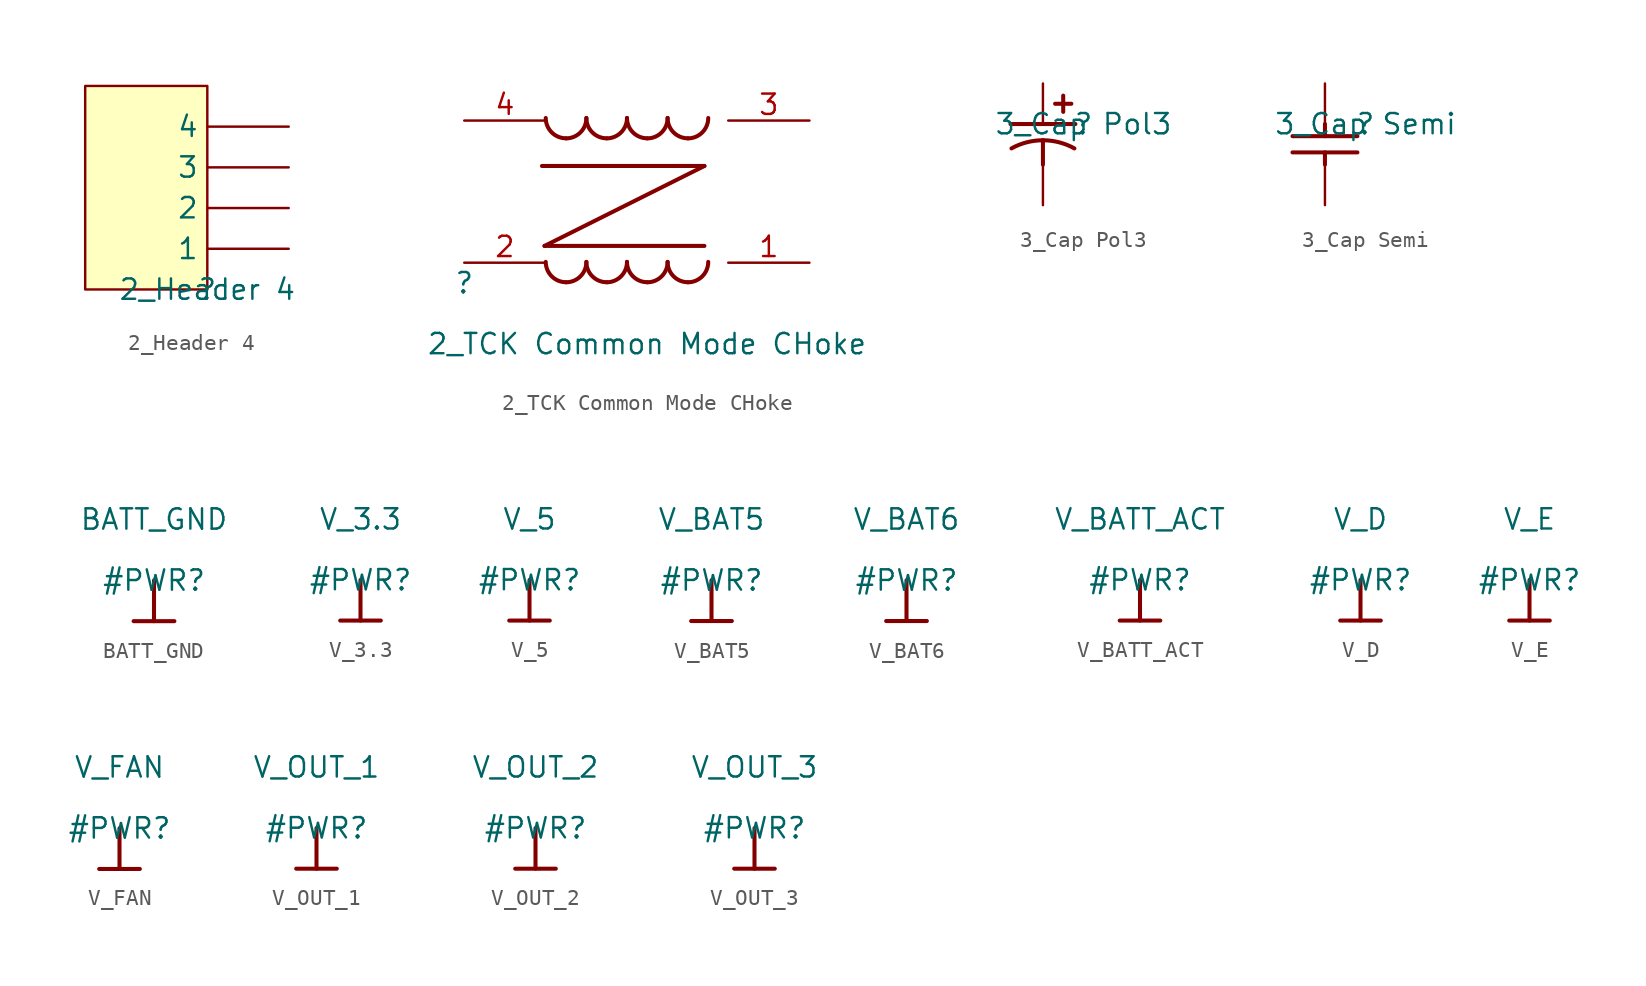
<source format=kicad_sym>
(kicad_symbol_lib
  (version 20211014)
  (generator kicad_symbol_editor)
  (symbol "2_Header 4"
    (property "Reference" ""
      (at 0 0 0)
      (effects (font (size 1.27 1.27))))
    (property "Value" "2_Header 4"
      (at 0 0 0)
      (effects (font (size 1.27 1.27))))
    (symbol "2_Header 4_1_0"
      (rectangle (start 0 12.7) (end -7.62 0) (stroke (width 0) (type default) (color 0 0 0 0)) (fill (type background)))
      (pin passive line (at 5.08 2.54 180) (length 5.08) (name "1" (effects (font (size 1.27 1.27)))) (number "1" (effects (font (size 0 0)))))
      (pin passive line (at 5.08 5.08 180) (length 5.08) (name "2" (effects (font (size 1.27 1.27)))) (number "2" (effects (font (size 0 0)))))
      (pin passive line (at 5.08 7.62 180) (length 5.08) (name "3" (effects (font (size 1.27 1.27)))) (number "3" (effects (font (size 0 0)))))
      (pin passive line (at 5.08 10.16 180) (length 5.08) (name "4" (effects (font (size 1.27 1.27)))) (number "4" (effects (font (size 0 0)))))))
  (symbol "2_TCK Common Mode CHoke"
    (property "Reference" ""
      (at 0 -1.27 0)
      (effects (font (size 1.27 1.27))))
    (property "Value" "2_TCK Common Mode CHoke"
      (at 11.43 -5.08 0)
      (effects (font (size 1.27 1.27))))
    (symbol "2_TCK Common Mode CHoke_1_0"
      (polyline (pts (xy 5.02 1.05) (xy 15.02 1.05)) (stroke (width 0.254) (type default) (color 0 0 0 0)) (fill (type none)))
      (polyline (pts (xy 15.02 6.05) (xy 4.86 6.05)) (stroke (width 0.254) (type default) (color 0 0 0 0)) (fill (type none)))
      (polyline (pts (xy 15.02 6.05) (xy 5.02 1.05)) (stroke (width 0.254) (type default) (color 0 0 0 0)) (fill (type none)))
      (arc (start 5.1 0.0499) (mid 5.472 -0.8481) (end 6.37 -1.2201) (stroke (width 0.254) (type default) (color 0 0 0 0)) (fill (type none)))
      (arc (start 5.1 9.05) (mid 5.472 8.152) (end 6.37 7.78) (stroke (width 0.254) (type default) (color 0 0 0 0)) (fill (type none)))
      (arc (start 6.37 -1.2201) (mid 7.268 -0.8481) (end 7.64 0.0499) (stroke (width 0.254) (type default) (color 0 0 0 0)) (fill (type none)))
      (arc (start 6.37 7.78) (mid 7.268 8.152) (end 7.64 9.05) (stroke (width 0.254) (type default) (color 0 0 0 0)) (fill (type none)))
      (arc (start 7.64 0.0499) (mid 8.012 -0.8481) (end 8.91 -1.2201) (stroke (width 0.254) (type default) (color 0 0 0 0)) (fill (type none)))
      (arc (start 7.64 9.05) (mid 8.012 8.152) (end 8.91 7.78) (stroke (width 0.254) (type default) (color 0 0 0 0)) (fill (type none)))
      (arc (start 8.91 -1.2201) (mid 9.808 -0.8481) (end 10.18 0.0499) (stroke (width 0.254) (type default) (color 0 0 0 0)) (fill (type none)))
      (arc (start 8.91 7.78) (mid 9.808 8.152) (end 10.18 9.05) (stroke (width 0.254) (type default) (color 0 0 0 0)) (fill (type none)))
      (arc (start 10.18 0.0499) (mid 10.552 -0.8481) (end 11.45 -1.2201) (stroke (width 0.254) (type default) (color 0 0 0 0)) (fill (type none)))
      (arc (start 10.18 9.05) (mid 10.552 8.152) (end 11.45 7.78) (stroke (width 0.254) (type default) (color 0 0 0 0)) (fill (type none)))
      (arc (start 11.45 -1.2201) (mid 12.348 -0.8481) (end 12.72 0.0499) (stroke (width 0.254) (type default) (color 0 0 0 0)) (fill (type none)))
      (arc (start 11.45 7.78) (mid 12.348 8.152) (end 12.72 9.05) (stroke (width 0.254) (type default) (color 0 0 0 0)) (fill (type none)))
      (arc (start 12.72 0.0499) (mid 13.092 -0.8481) (end 13.99 -1.2201) (stroke (width 0.254) (type default) (color 0 0 0 0)) (fill (type none)))
      (arc (start 12.72 9.05) (mid 13.092 8.152) (end 13.99 7.78) (stroke (width 0.254) (type default) (color 0 0 0 0)) (fill (type none)))
      (arc (start 13.99 -1.2201) (mid 14.888 -0.8481) (end 15.26 0.0499) (stroke (width 0.254) (type default) (color 0 0 0 0)) (fill (type none)))
      (arc (start 13.99 7.78) (mid 14.888 8.152) (end 15.26 9.05) (stroke (width 0.254) (type default) (color 0 0 0 0)) (fill (type none)))
      (pin passive line (at 21.59 0 180) (length 5.08) (name "1" (effects (font (size 0 0)))) (number "1" (effects (font (size 1.27 1.27)))))
      (pin passive line (at 0 0 0) (length 5.08) (name "2" (effects (font (size 0 0)))) (number "2" (effects (font (size 1.27 1.27)))))
      (pin passive line (at 21.59 8.89 180) (length 5.08) (name "1" (effects (font (size 0 0)))) (number "3" (effects (font (size 1.27 1.27)))))
      (pin passive line (at 0 8.89 0) (length 5.08) (name "2" (effects (font (size 0 0)))) (number "4" (effects (font (size 1.27 1.27)))))))
  (symbol "3_Cap Pol3"
    (property "Reference" ""
      (at 0 0 0)
      (effects (font (size 1.27 1.27))))
    (property "Value" "3_Cap Pol3"
      (at 0 0 0)
      (effects (font (size 1.27 1.27))))
    (symbol "3_Cap Pol3_1_0"
      (arc (start -2.54 -1.016) (mid -3.5576 -1.1454) (end -4.5103 -1.5255) (stroke (width 0.254) (type default) (color 0 0 0 0)) (fill (type none)))
      (arc (start -0.5697 -1.5255) (mid -1.5224 -1.1454) (end -2.54 -1.016) (stroke (width 0.254) (type default) (color 0 0 0 0)) (fill (type none)))
      (polyline (pts (xy -4.572 0) (xy -0.508 0)) (stroke (width 0.254) (type default) (color 0 0 0 0)) (fill (type none)))
      (polyline (pts (xy -2.54 -1.016) (xy -2.54 -2.54)) (stroke (width 0.254) (type default) (color 0 0 0 0)) (fill (type none)))
      (polyline (pts (xy -1.778 1.27) (xy -0.762 1.27)) (stroke (width 0.254) (type default) (color 0 0 0 0)) (fill (type none)))
      (polyline (pts (xy -1.27 0.762) (xy -1.27 1.778)) (stroke (width 0.254) (type default) (color 0 0 0 0)) (fill (type none)))
      (pin passive line (at -2.54 2.54 270) (length 2.54) (name "1" (effects (font (size 0 0)))) (number "1" (effects (font (size 0 0)))))
      (pin passive line (at -2.54 -5.08 90) (length 2.54) (name "2" (effects (font (size 0 0)))) (number "2" (effects (font (size 0 0)))))))
  (symbol "3_Cap Semi"
    (property "Reference" ""
      (at 0 0 0)
      (effects (font (size 1.27 1.27))))
    (property "Value" "3_Cap Semi"
      (at 0 0 0)
      (effects (font (size 1.27 1.27))))
    (symbol "3_Cap Semi_1_0"
      (polyline (pts (xy -4.572 -0.762) (xy -0.508 -0.762)) (stroke (width 0.254) (type default) (color 0 0 0 0)) (fill (type none)))
      (polyline (pts (xy -2.54 -2.54) (xy -2.54 -1.778)) (stroke (width 0.254) (type default) (color 0 0 0 0)) (fill (type none)))
      (polyline (pts (xy -2.54 0) (xy -2.54 -0.762)) (stroke (width 0.254) (type default) (color 0 0 0 0)) (fill (type none)))
      (polyline (pts (xy -0.508 -1.778) (xy -4.572 -1.778)) (stroke (width 0.254) (type default) (color 0 0 0 0)) (fill (type none)))
      (pin passive line (at -2.54 2.54 270) (length 2.54) (name "1" (effects (font (size 0 0)))) (number "1" (effects (font (size 0 0)))))
      (pin passive line (at -2.54 -5.08 90) (length 2.54) (name "2" (effects (font (size 0 0)))) (number "2" (effects (font (size 0 0)))))))
  (symbol "BATT_GND"
    (power)
    (property "Reference" "#PWR"
      (at 0 0 0)
      (effects (font (size 1.27 1.27))))
    (property "Value" "BATT_GND"
      (at 0 3.81 0)
      (effects (font (size 1.27 1.27))))
    (symbol "BATT_GND_0_0"
      (polyline (pts (xy -1.27 -2.54) (xy 1.27 -2.54)) (stroke (width 0.254) (type default) (color 0 0 0 0)) (fill (type none)))
      (polyline (pts (xy 0 0) (xy 0 -2.54)) (stroke (width 0.254) (type default) (color 0 0 0 0)) (fill (type none)))
      (pin power_in line (at 0 0 0) (length 0) hide (name "BATT_GND" (effects (font (size 1.27 1.27)))) (number "" (effects (font (size 1.27 1.27)))))))
  (symbol "V_3.3"
    (power)
    (property "Reference" "#PWR"
      (at 0 0 0)
      (effects (font (size 1.27 1.27))))
    (property "Value" "V_3.3"
      (at 0 3.81 0)
      (effects (font (size 1.27 1.27))))
    (symbol "V_3.3_0_0"
      (polyline (pts (xy -1.27 -2.54) (xy 1.27 -2.54)) (stroke (width 0.254) (type default) (color 0 0 0 0)) (fill (type none)))
      (polyline (pts (xy 0 0) (xy 0 -2.54)) (stroke (width 0.254) (type default) (color 0 0 0 0)) (fill (type none)))
      (pin power_in line (at 0 0 0) (length 0) hide (name "V_3.3" (effects (font (size 1.27 1.27)))) (number "" (effects (font (size 1.27 1.27)))))))
  (symbol "V_5"
    (power)
    (property "Reference" "#PWR"
      (at 0 0 0)
      (effects (font (size 1.27 1.27))))
    (property "Value" "V_5"
      (at 0 3.81 0)
      (effects (font (size 1.27 1.27))))
    (symbol "V_5_0_0"
      (polyline (pts (xy -1.27 -2.54) (xy 1.27 -2.54)) (stroke (width 0.254) (type default) (color 0 0 0 0)) (fill (type none)))
      (polyline (pts (xy 0 0) (xy 0 -2.54)) (stroke (width 0.254) (type default) (color 0 0 0 0)) (fill (type none)))
      (pin power_in line (at 0 0 0) (length 0) hide (name "V_5" (effects (font (size 1.27 1.27)))) (number "" (effects (font (size 1.27 1.27)))))))
  (symbol "V_BAT5"
    (power)
    (property "Reference" "#PWR"
      (at 0 0 0)
      (effects (font (size 1.27 1.27))))
    (property "Value" "V_BAT5"
      (at 0 3.81 0)
      (effects (font (size 1.27 1.27))))
    (symbol "V_BAT5_0_0"
      (polyline (pts (xy -1.27 -2.54) (xy 1.27 -2.54)) (stroke (width 0.254) (type default) (color 0 0 0 0)) (fill (type none)))
      (polyline (pts (xy 0 0) (xy 0 -2.54)) (stroke (width 0.254) (type default) (color 0 0 0 0)) (fill (type none)))
      (pin power_in line (at 0 0 0) (length 0) hide (name "V_BAT5" (effects (font (size 1.27 1.27)))) (number "" (effects (font (size 1.27 1.27)))))))
  (symbol "V_BAT6"
    (power)
    (property "Reference" "#PWR"
      (at 0 0 0)
      (effects (font (size 1.27 1.27))))
    (property "Value" "V_BAT6"
      (at 0 3.81 0)
      (effects (font (size 1.27 1.27))))
    (symbol "V_BAT6_0_0"
      (polyline (pts (xy -1.27 -2.54) (xy 1.27 -2.54)) (stroke (width 0.254) (type default) (color 0 0 0 0)) (fill (type none)))
      (polyline (pts (xy 0 0) (xy 0 -2.54)) (stroke (width 0.254) (type default) (color 0 0 0 0)) (fill (type none)))
      (pin power_in line (at 0 0 0) (length 0) hide (name "V_BAT6" (effects (font (size 1.27 1.27)))) (number "" (effects (font (size 1.27 1.27)))))))
  (symbol "V_BATT_ACT"
    (power)
    (property "Reference" "#PWR"
      (at 0 0 0)
      (effects (font (size 1.27 1.27))))
    (property "Value" "V_BATT_ACT"
      (at 0 3.81 0)
      (effects (font (size 1.27 1.27))))
    (symbol "V_BATT_ACT_0_0"
      (polyline (pts (xy -1.27 -2.54) (xy 1.27 -2.54)) (stroke (width 0.254) (type default) (color 0 0 0 0)) (fill (type none)))
      (polyline (pts (xy 0 0) (xy 0 -2.54)) (stroke (width 0.254) (type default) (color 0 0 0 0)) (fill (type none)))
      (pin power_in line (at 0 0 0) (length 0) hide (name "V_BATT_ACT" (effects (font (size 1.27 1.27)))) (number "" (effects (font (size 1.27 1.27)))))))
  (symbol "V_D"
    (power)
    (property "Reference" "#PWR"
      (at 0 0 0)
      (effects (font (size 1.27 1.27))))
    (property "Value" "V_D"
      (at 0 3.81 0)
      (effects (font (size 1.27 1.27))))
    (symbol "V_D_0_0"
      (polyline (pts (xy -1.27 -2.54) (xy 1.27 -2.54)) (stroke (width 0.254) (type default) (color 0 0 0 0)) (fill (type none)))
      (polyline (pts (xy 0 0) (xy 0 -2.54)) (stroke (width 0.254) (type default) (color 0 0 0 0)) (fill (type none)))
      (pin power_in line (at 0 0 0) (length 0) hide (name "V_D" (effects (font (size 1.27 1.27)))) (number "" (effects (font (size 1.27 1.27)))))))
  (symbol "V_E"
    (power)
    (property "Reference" "#PWR"
      (at 0 0 0)
      (effects (font (size 1.27 1.27))))
    (property "Value" "V_E"
      (at 0 3.81 0)
      (effects (font (size 1.27 1.27))))
    (symbol "V_E_0_0"
      (polyline (pts (xy -1.27 -2.54) (xy 1.27 -2.54)) (stroke (width 0.254) (type default) (color 0 0 0 0)) (fill (type none)))
      (polyline (pts (xy 0 0) (xy 0 -2.54)) (stroke (width 0.254) (type default) (color 0 0 0 0)) (fill (type none)))
      (pin power_in line (at 0 0 0) (length 0) hide (name "V_E" (effects (font (size 1.27 1.27)))) (number "" (effects (font (size 1.27 1.27)))))))
  (symbol "V_FAN"
    (power)
    (property "Reference" "#PWR"
      (at 0 0 0)
      (effects (font (size 1.27 1.27))))
    (property "Value" "V_FAN"
      (at 0 3.81 0)
      (effects (font (size 1.27 1.27))))
    (symbol "V_FAN_0_0"
      (polyline (pts (xy -1.27 -2.54) (xy 1.27 -2.54)) (stroke (width 0.254) (type default) (color 0 0 0 0)) (fill (type none)))
      (polyline (pts (xy 0 0) (xy 0 -2.54)) (stroke (width 0.254) (type default) (color 0 0 0 0)) (fill (type none)))
      (pin power_in line (at 0 0 0) (length 0) hide (name "V_FAN" (effects (font (size 1.27 1.27)))) (number "" (effects (font (size 1.27 1.27)))))))
  (symbol "V_OUT_1"
    (power)
    (property "Reference" "#PWR"
      (at 0 0 0)
      (effects (font (size 1.27 1.27))))
    (property "Value" "V_OUT_1"
      (at 0 3.81 0)
      (effects (font (size 1.27 1.27))))
    (symbol "V_OUT_1_0_0"
      (polyline (pts (xy -1.27 -2.54) (xy 1.27 -2.54)) (stroke (width 0.254) (type default) (color 0 0 0 0)) (fill (type none)))
      (polyline (pts (xy 0 0) (xy 0 -2.54)) (stroke (width 0.254) (type default) (color 0 0 0 0)) (fill (type none)))
      (pin power_in line (at 0 0 0) (length 0) hide (name "V_OUT_1" (effects (font (size 1.27 1.27)))) (number "" (effects (font (size 1.27 1.27)))))))
  (symbol "V_OUT_2"
    (power)
    (property "Reference" "#PWR"
      (at 0 0 0)
      (effects (font (size 1.27 1.27))))
    (property "Value" "V_OUT_2"
      (at 0 3.81 0)
      (effects (font (size 1.27 1.27))))
    (symbol "V_OUT_2_0_0"
      (polyline (pts (xy -1.27 -2.54) (xy 1.27 -2.54)) (stroke (width 0.254) (type default) (color 0 0 0 0)) (fill (type none)))
      (polyline (pts (xy 0 0) (xy 0 -2.54)) (stroke (width 0.254) (type default) (color 0 0 0 0)) (fill (type none)))
      (pin power_in line (at 0 0 0) (length 0) hide (name "V_OUT_2" (effects (font (size 1.27 1.27)))) (number "" (effects (font (size 1.27 1.27)))))))
  (symbol "V_OUT_3"
    (power)
    (property "Reference" "#PWR"
      (at 0 0 0)
      (effects (font (size 1.27 1.27))))
    (property "Value" "V_OUT_3"
      (at 0 3.81 0)
      (effects (font (size 1.27 1.27))))
    (symbol "V_OUT_3_0_0"
      (polyline (pts (xy -1.27 -2.54) (xy 1.27 -2.54)) (stroke (width 0.254) (type default) (color 0 0 0 0)) (fill (type none)))
      (polyline (pts (xy 0 0) (xy 0 -2.54)) (stroke (width 0.254) (type default) (color 0 0 0 0)) (fill (type none)))
      (pin power_in line (at 0 0 0) (length 0) hide (name "V_OUT_3" (effects (font (size 1.27 1.27)))) (number "" (effects (font (size 1.27 1.27))))))))
</source>
